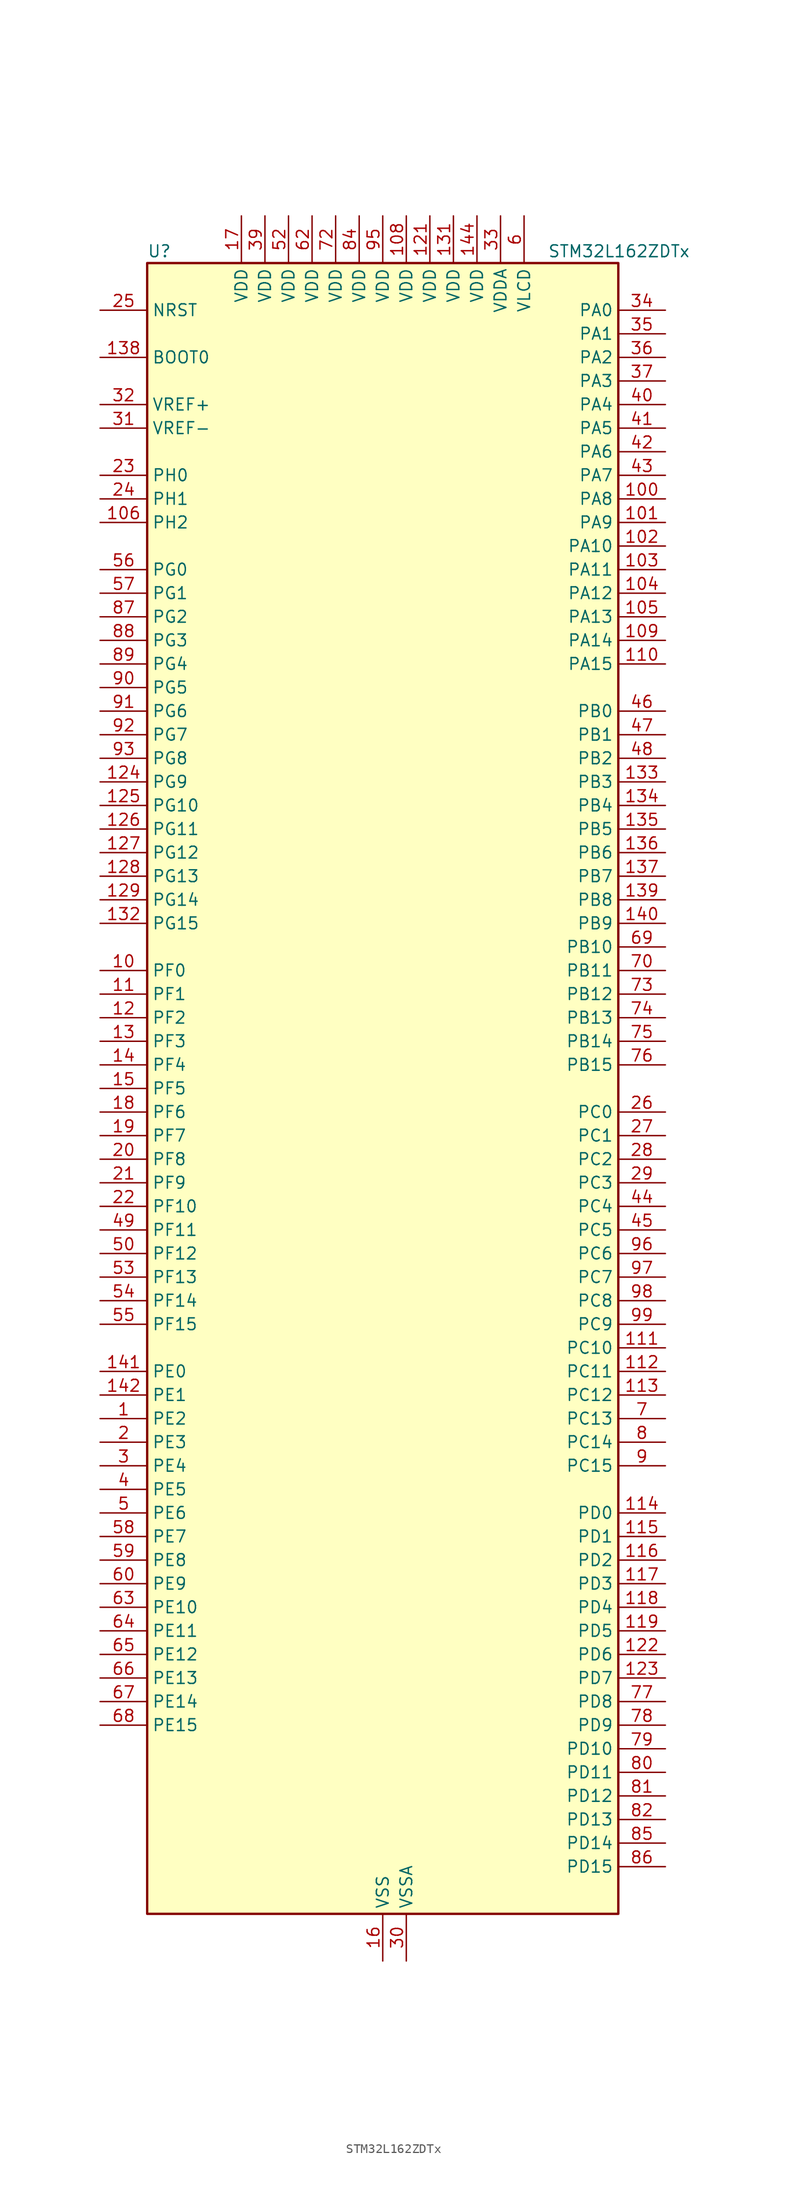
<source format=kicad_sym>
(kicad_symbol_lib
  (version 20241209)
  (generator "kicad_symbol_editor")
  (generator_version "9.0")
  (symbol "STM32L162ZDTx"
    (property "Reference" "U"
      (at -25.4 90.17 0)
      (effects (font (size 1.27 1.27)) (justify left)))
    (property "Value" "STM32L162ZDTx"
      (at 17.78 90.17 0)
      (effects (font (size 1.27 1.27)) (justify left)))
    (symbol "STM32L162ZDTx_0_1"
      (rectangle (start -25.4 -88.9) (end 25.4 88.9) (stroke (width 0.254) (type default)) (fill (type background))))
    (symbol "STM32L162ZDTx_1_1"
      (pin input line (at -30.48 83.82 0) (length 5.08) (name "NRST" (effects (font (size 1.27 1.27)))) (number "25" (effects (font (size 1.27 1.27)))))
      (pin input line (at -30.48 78.74 0) (length 5.08) (name "BOOT0" (effects (font (size 1.27 1.27)))) (number "138" (effects (font (size 1.27 1.27)))))
      (pin input line (at -30.48 73.66 0) (length 5.08) (name "VREF+" (effects (font (size 1.27 1.27)))) (number "32" (effects (font (size 1.27 1.27)))))
      (pin input line (at -30.48 71.12 0) (length 5.08) (name "VREF-" (effects (font (size 1.27 1.27)))) (number "31" (effects (font (size 1.27 1.27)))))
      (pin bidirectional line (at -30.48 66.04 0) (length 5.08) (name "PH0" (effects (font (size 1.27 1.27)))) (number "23" (effects (font (size 1.27 1.27)))) (alternate "RCC_OSC_IN" bidirectional line))
      (pin bidirectional line (at -30.48 63.5 0) (length 5.08) (name "PH1" (effects (font (size 1.27 1.27)))) (number "24" (effects (font (size 1.27 1.27)))) (alternate "RCC_OSC_OUT" bidirectional line))
      (pin bidirectional line (at -30.48 60.96 0) (length 5.08) (name "PH2" (effects (font (size 1.27 1.27)))) (number "106" (effects (font (size 1.27 1.27)))) (alternate "FSMC_A22" bidirectional line))
      (pin bidirectional line (at -30.48 55.88 0) (length 5.08) (name "PG0" (effects (font (size 1.27 1.27)))) (number "56" (effects (font (size 1.27 1.27)))) (alternate "ADC_IN8b" bidirectional line) (alternate "FSMC_A10" bidirectional line) (alternate "TS_G2_IO4" bidirectional line))
      (pin bidirectional line (at -30.48 53.34 0) (length 5.08) (name "PG1" (effects (font (size 1.27 1.27)))) (number "57" (effects (font (size 1.27 1.27)))) (alternate "ADC_IN9b" bidirectional line) (alternate "FSMC_A11" bidirectional line) (alternate "TS_G2_IO5" bidirectional line))
      (pin bidirectional line (at -30.48 50.8 0) (length 5.08) (name "PG2" (effects (font (size 1.27 1.27)))) (number "87" (effects (font (size 1.27 1.27)))) (alternate "ADC_IN10b" bidirectional line) (alternate "FSMC_A12" bidirectional line) (alternate "TS_G7_IO5" bidirectional line))
      (pin bidirectional line (at -30.48 48.26 0) (length 5.08) (name "PG3" (effects (font (size 1.27 1.27)))) (number "88" (effects (font (size 1.27 1.27)))) (alternate "ADC_IN11b" bidirectional line) (alternate "FSMC_A13" bidirectional line) (alternate "TS_G7_IO6" bidirectional line))
      (pin bidirectional line (at -30.48 45.72 0) (length 5.08) (name "PG4" (effects (font (size 1.27 1.27)))) (number "89" (effects (font (size 1.27 1.27)))) (alternate "ADC_IN12b" bidirectional line) (alternate "FSMC_A14" bidirectional line) (alternate "TS_G7_IO7" bidirectional line))
      (pin bidirectional line (at -30.48 43.18 0) (length 5.08) (name "PG5" (effects (font (size 1.27 1.27)))) (number "90" (effects (font (size 1.27 1.27)))) (alternate "FSMC_A15" bidirectional line))
      (pin bidirectional line (at -30.48 40.64 0) (length 5.08) (name "PG6" (effects (font (size 1.27 1.27)))) (number "91" (effects (font (size 1.27 1.27)))))
      (pin bidirectional line (at -30.48 38.1 0) (length 5.08) (name "PG7" (effects (font (size 1.27 1.27)))) (number "92" (effects (font (size 1.27 1.27)))))
      (pin bidirectional line (at -30.48 35.56 0) (length 5.08) (name "PG8" (effects (font (size 1.27 1.27)))) (number "93" (effects (font (size 1.27 1.27)))))
      (pin bidirectional line (at -30.48 33.02 0) (length 5.08) (name "PG9" (effects (font (size 1.27 1.27)))) (number "124" (effects (font (size 1.27 1.27)))) (alternate "DAC_EXTI9" bidirectional line) (alternate "FSMC_NE2" bidirectional line))
      (pin bidirectional line (at -30.48 30.48 0) (length 5.08) (name "PG10" (effects (font (size 1.27 1.27)))) (number "125" (effects (font (size 1.27 1.27)))) (alternate "FSMC_NE3" bidirectional line))
      (pin bidirectional line (at -30.48 27.94 0) (length 5.08) (name "PG11" (effects (font (size 1.27 1.27)))) (number "126" (effects (font (size 1.27 1.27)))) (alternate "ADC_EXTI11" bidirectional line))
      (pin bidirectional line (at -30.48 25.4 0) (length 5.08) (name "PG12" (effects (font (size 1.27 1.27)))) (number "127" (effects (font (size 1.27 1.27)))) (alternate "FSMC_NE4" bidirectional line))
      (pin bidirectional line (at -30.48 22.86 0) (length 5.08) (name "PG13" (effects (font (size 1.27 1.27)))) (number "128" (effects (font (size 1.27 1.27)))) (alternate "FSMC_A24" bidirectional line))
      (pin bidirectional line (at -30.48 20.32 0) (length 5.08) (name "PG14" (effects (font (size 1.27 1.27)))) (number "129" (effects (font (size 1.27 1.27)))) (alternate "FSMC_A25" bidirectional line))
      (pin bidirectional line (at -30.48 17.78 0) (length 5.08) (name "PG15" (effects (font (size 1.27 1.27)))) (number "132" (effects (font (size 1.27 1.27)))) (alternate "ADC_EXTI15" bidirectional line))
      (pin bidirectional line (at -30.48 12.7 0) (length 5.08) (name "PF0" (effects (font (size 1.27 1.27)))) (number "10" (effects (font (size 1.27 1.27)))) (alternate "FSMC_A0" bidirectional line))
      (pin bidirectional line (at -30.48 10.16 0) (length 5.08) (name "PF1" (effects (font (size 1.27 1.27)))) (number "11" (effects (font (size 1.27 1.27)))) (alternate "FSMC_A1" bidirectional line))
      (pin bidirectional line (at -30.48 7.62 0) (length 5.08) (name "PF2" (effects (font (size 1.27 1.27)))) (number "12" (effects (font (size 1.27 1.27)))) (alternate "FSMC_A2" bidirectional line))
      (pin bidirectional line (at -30.48 5.08 0) (length 5.08) (name "PF3" (effects (font (size 1.27 1.27)))) (number "13" (effects (font (size 1.27 1.27)))) (alternate "FSMC_A3" bidirectional line))
      (pin bidirectional line (at -30.48 2.54 0) (length 5.08) (name "PF4" (effects (font (size 1.27 1.27)))) (number "14" (effects (font (size 1.27 1.27)))) (alternate "FSMC_A4" bidirectional line))
      (pin bidirectional line (at -30.48 0 0) (length 5.08) (name "PF5" (effects (font (size 1.27 1.27)))) (number "15" (effects (font (size 1.27 1.27)))) (alternate "FSMC_A5" bidirectional line))
      (pin bidirectional line (at -30.48 -2.54 0) (length 5.08) (name "PF6" (effects (font (size 1.27 1.27)))) (number "18" (effects (font (size 1.27 1.27)))) (alternate "ADC_IN27" bidirectional line) (alternate "TIM5_CH1" bidirectional line) (alternate "TIM5_ETR" bidirectional line) (alternate "TS_G11_IO1" bidirectional line))
      (pin bidirectional line (at -30.48 -5.08 0) (length 5.08) (name "PF7" (effects (font (size 1.27 1.27)))) (number "19" (effects (font (size 1.27 1.27)))) (alternate "ADC_IN28" bidirectional line) (alternate "COMP1_INP" bidirectional line) (alternate "TIM5_CH2" bidirectional line) (alternate "TS_G11_IO2" bidirectional line))
      (pin bidirectional line (at -30.48 -7.62 0) (length 5.08) (name "PF8" (effects (font (size 1.27 1.27)))) (number "20" (effects (font (size 1.27 1.27)))) (alternate "ADC_IN29" bidirectional line) (alternate "COMP1_INP" bidirectional line) (alternate "TIM5_CH3" bidirectional line) (alternate "TS_G11_IO3" bidirectional line))
      (pin bidirectional line (at -30.48 -10.16 0) (length 5.08) (name "PF9" (effects (font (size 1.27 1.27)))) (number "21" (effects (font (size 1.27 1.27)))) (alternate "ADC_IN30" bidirectional line) (alternate "COMP1_INP" bidirectional line) (alternate "DAC_EXTI9" bidirectional line) (alternate "TIM5_CH4" bidirectional line) (alternate "TS_G11_IO4" bidirectional line))
      (pin bidirectional line (at -30.48 -12.7 0) (length 5.08) (name "PF10" (effects (font (size 1.27 1.27)))) (number "22" (effects (font (size 1.27 1.27)))) (alternate "ADC_IN31" bidirectional line) (alternate "COMP1_INP" bidirectional line) (alternate "TS_G11_IO5" bidirectional line))
      (pin bidirectional line (at -30.48 -15.24 0) (length 5.08) (name "PF11" (effects (font (size 1.27 1.27)))) (number "49" (effects (font (size 1.27 1.27)))) (alternate "ADC_EXTI11" bidirectional line) (alternate "ADC_IN1b" bidirectional line) (alternate "TS_G3_IO4" bidirectional line))
      (pin bidirectional line (at -30.48 -17.78 0) (length 5.08) (name "PF12" (effects (font (size 1.27 1.27)))) (number "50" (effects (font (size 1.27 1.27)))) (alternate "ADC_IN2b" bidirectional line) (alternate "FSMC_A6" bidirectional line) (alternate "TS_G3_IO5" bidirectional line))
      (pin bidirectional line (at -30.48 -20.32 0) (length 5.08) (name "PF13" (effects (font (size 1.27 1.27)))) (number "53" (effects (font (size 1.27 1.27)))) (alternate "ADC_IN3b" bidirectional line) (alternate "FSMC_A7" bidirectional line) (alternate "TS_G9_IO3" bidirectional line))
      (pin bidirectional line (at -30.48 -22.86 0) (length 5.08) (name "PF14" (effects (font (size 1.27 1.27)))) (number "54" (effects (font (size 1.27 1.27)))) (alternate "ADC_IN6b" bidirectional line) (alternate "FSMC_A8" bidirectional line) (alternate "TS_G9_IO4" bidirectional line))
      (pin bidirectional line (at -30.48 -25.4 0) (length 5.08) (name "PF15" (effects (font (size 1.27 1.27)))) (number "55" (effects (font (size 1.27 1.27)))) (alternate "ADC_EXTI15" bidirectional line) (alternate "ADC_IN7b" bidirectional line) (alternate "FSMC_A9" bidirectional line) (alternate "TS_G2_IO3" bidirectional line))
      (pin bidirectional line (at -30.48 -30.48 0) (length 5.08) (name "PE0" (effects (font (size 1.27 1.27)))) (number "141" (effects (font (size 1.27 1.27)))) (alternate "FSMC_NBL0" bidirectional line) (alternate "LCD_SEG36" bidirectional line) (alternate "TIM10_CH1" bidirectional line) (alternate "TIM4_ETR" bidirectional line) (alternate "TIMX_IC1" bidirectional line))
      (pin bidirectional line (at -30.48 -33.02 0) (length 5.08) (name "PE1" (effects (font (size 1.27 1.27)))) (number "142" (effects (font (size 1.27 1.27)))) (alternate "FSMC_NBL1" bidirectional line) (alternate "LCD_SEG37" bidirectional line) (alternate "TIM11_CH1" bidirectional line) (alternate "TIMX_IC2" bidirectional line))
      (pin bidirectional line (at -30.48 -35.56 0) (length 5.08) (name "PE2" (effects (font (size 1.27 1.27)))) (number "1" (effects (font (size 1.27 1.27)))) (alternate "FSMC_A23" bidirectional line) (alternate "LCD_SEG38" bidirectional line) (alternate "SYS_TRACECK" bidirectional line) (alternate "TIM3_ETR" bidirectional line) (alternate "TIMX_IC3" bidirectional line))
      (pin bidirectional line (at -30.48 -38.1 0) (length 5.08) (name "PE3" (effects (font (size 1.27 1.27)))) (number "2" (effects (font (size 1.27 1.27)))) (alternate "FSMC_A19" bidirectional line) (alternate "LCD_SEG39" bidirectional line) (alternate "SYS_TRACED0" bidirectional line) (alternate "TIM3_CH1" bidirectional line) (alternate "TIMX_IC4" bidirectional line))
      (pin bidirectional line (at -30.48 -40.64 0) (length 5.08) (name "PE4" (effects (font (size 1.27 1.27)))) (number "3" (effects (font (size 1.27 1.27)))) (alternate "FSMC_A20" bidirectional line) (alternate "SYS_TRACED1" bidirectional line) (alternate "TIM3_CH2" bidirectional line) (alternate "TIMX_IC1" bidirectional line))
      (pin bidirectional line (at -30.48 -43.18 0) (length 5.08) (name "PE5" (effects (font (size 1.27 1.27)))) (number "4" (effects (font (size 1.27 1.27)))) (alternate "FSMC_A21" bidirectional line) (alternate "SYS_TRACED2" bidirectional line) (alternate "TIM9_CH1" bidirectional line) (alternate "TIMX_IC2" bidirectional line))
      (pin bidirectional line (at -30.48 -45.72 0) (length 5.08) (name "PE6" (effects (font (size 1.27 1.27)))) (number "5" (effects (font (size 1.27 1.27)))) (alternate "RTC_TAMP3" bidirectional line) (alternate "SYS_TRACED3" bidirectional line) (alternate "SYS_WKUP3" bidirectional line) (alternate "TIM9_CH2" bidirectional line) (alternate "TIMX_IC3" bidirectional line))
      (pin bidirectional line (at -30.48 -48.26 0) (length 5.08) (name "PE7" (effects (font (size 1.27 1.27)))) (number "58" (effects (font (size 1.27 1.27)))) (alternate "ADC_IN22" bidirectional line) (alternate "COMP1_INP" bidirectional line) (alternate "FSMC_D4" bidirectional line) (alternate "FSMC_DA4" bidirectional line) (alternate "TIMX_IC4" bidirectional line))
      (pin bidirectional line (at -30.48 -50.8 0) (length 5.08) (name "PE8" (effects (font (size 1.27 1.27)))) (number "59" (effects (font (size 1.27 1.27)))) (alternate "ADC_IN23" bidirectional line) (alternate "COMP1_INP" bidirectional line) (alternate "FSMC_D5" bidirectional line) (alternate "FSMC_DA5" bidirectional line) (alternate "TIMX_IC1" bidirectional line))
      (pin bidirectional line (at -30.48 -53.34 0) (length 5.08) (name "PE9" (effects (font (size 1.27 1.27)))) (number "60" (effects (font (size 1.27 1.27)))) (alternate "ADC_IN24" bidirectional line) (alternate "COMP1_INP" bidirectional line) (alternate "DAC_EXTI9" bidirectional line) (alternate "FSMC_D6" bidirectional line) (alternate "FSMC_DA6" bidirectional line) (alternate "TIM2_CH1" bidirectional line) (alternate "TIM2_ETR" bidirectional line) (alternate "TIMX_IC2" bidirectional line))
      (pin bidirectional line (at -30.48 -55.88 0) (length 5.08) (name "PE10" (effects (font (size 1.27 1.27)))) (number "63" (effects (font (size 1.27 1.27)))) (alternate "ADC_IN25" bidirectional line) (alternate "COMP1_INP" bidirectional line) (alternate "FSMC_D7" bidirectional line) (alternate "FSMC_DA7" bidirectional line) (alternate "TIM2_CH2" bidirectional line) (alternate "TIMX_IC3" bidirectional line))
      (pin bidirectional line (at -30.48 -58.42 0) (length 5.08) (name "PE11" (effects (font (size 1.27 1.27)))) (number "64" (effects (font (size 1.27 1.27)))) (alternate "ADC_EXTI11" bidirectional line) (alternate "FSMC_D8" bidirectional line) (alternate "FSMC_DA8" bidirectional line) (alternate "TIM2_CH3" bidirectional line) (alternate "TIMX_IC4" bidirectional line))
      (pin bidirectional line (at -30.48 -60.96 0) (length 5.08) (name "PE12" (effects (font (size 1.27 1.27)))) (number "65" (effects (font (size 1.27 1.27)))) (alternate "FSMC_D9" bidirectional line) (alternate "FSMC_DA9" bidirectional line) (alternate "SPI1_NSS" bidirectional line) (alternate "TIM2_CH4" bidirectional line) (alternate "TIMX_IC1" bidirectional line))
      (pin bidirectional line (at -30.48 -63.5 0) (length 5.08) (name "PE13" (effects (font (size 1.27 1.27)))) (number "66" (effects (font (size 1.27 1.27)))) (alternate "FSMC_D10" bidirectional line) (alternate "FSMC_DA10" bidirectional line) (alternate "SPI1_SCK" bidirectional line) (alternate "TIMX_IC2" bidirectional line))
      (pin bidirectional line (at -30.48 -66.04 0) (length 5.08) (name "PE14" (effects (font (size 1.27 1.27)))) (number "67" (effects (font (size 1.27 1.27)))) (alternate "FSMC_D11" bidirectional line) (alternate "FSMC_DA11" bidirectional line) (alternate "SPI1_MISO" bidirectional line) (alternate "TIMX_IC3" bidirectional line))
      (pin bidirectional line (at -30.48 -68.58 0) (length 5.08) (name "PE15" (effects (font (size 1.27 1.27)))) (number "68" (effects (font (size 1.27 1.27)))) (alternate "ADC_EXTI15" bidirectional line) (alternate "FSMC_D12" bidirectional line) (alternate "FSMC_DA12" bidirectional line) (alternate "SPI1_MOSI" bidirectional line) (alternate "TIMX_IC4" bidirectional line))
      (pin power_in line (at -15.24 93.98 270) (length 5.08) (name "VDD" (effects (font (size 1.27 1.27)))) (number "17" (effects (font (size 1.27 1.27)))))
      (pin power_in line (at -12.7 93.98 270) (length 5.08) (name "VDD" (effects (font (size 1.27 1.27)))) (number "39" (effects (font (size 1.27 1.27)))))
      (pin power_in line (at -10.16 93.98 270) (length 5.08) (name "VDD" (effects (font (size 1.27 1.27)))) (number "52" (effects (font (size 1.27 1.27)))))
      (pin power_in line (at -7.62 93.98 270) (length 5.08) (name "VDD" (effects (font (size 1.27 1.27)))) (number "62" (effects (font (size 1.27 1.27)))))
      (pin power_in line (at -5.08 93.98 270) (length 5.08) (name "VDD" (effects (font (size 1.27 1.27)))) (number "72" (effects (font (size 1.27 1.27)))))
      (pin power_in line (at -2.54 93.98 270) (length 5.08) (name "VDD" (effects (font (size 1.27 1.27)))) (number "84" (effects (font (size 1.27 1.27)))))
      (pin power_in line (at 0 93.98 270) (length 5.08) (name "VDD" (effects (font (size 1.27 1.27)))) (number "95" (effects (font (size 1.27 1.27)))))
      (pin passive line (at 0 -93.98 90) (length 5.08) (hide yes) (name "VSS" (effects (font (size 1.27 1.27)))) (number "107" (effects (font (size 1.27 1.27)))))
      (pin passive line (at 0 -93.98 90) (length 5.08) (hide yes) (name "VSS" (effects (font (size 1.27 1.27)))) (number "120" (effects (font (size 1.27 1.27)))))
      (pin passive line (at 0 -93.98 90) (length 5.08) (hide yes) (name "VSS" (effects (font (size 1.27 1.27)))) (number "130" (effects (font (size 1.27 1.27)))))
      (pin passive line (at 0 -93.98 90) (length 5.08) (hide yes) (name "VSS" (effects (font (size 1.27 1.27)))) (number "143" (effects (font (size 1.27 1.27)))))
      (pin power_in line (at 0 -93.98 90) (length 5.08) (name "VSS" (effects (font (size 1.27 1.27)))) (number "16" (effects (font (size 1.27 1.27)))))
      (pin passive line (at 0 -93.98 90) (length 5.08) (hide yes) (name "VSS" (effects (font (size 1.27 1.27)))) (number "38" (effects (font (size 1.27 1.27)))))
      (pin passive line (at 0 -93.98 90) (length 5.08) (hide yes) (name "VSS" (effects (font (size 1.27 1.27)))) (number "51" (effects (font (size 1.27 1.27)))))
      (pin passive line (at 0 -93.98 90) (length 5.08) (hide yes) (name "VSS" (effects (font (size 1.27 1.27)))) (number "61" (effects (font (size 1.27 1.27)))))
      (pin passive line (at 0 -93.98 90) (length 5.08) (hide yes) (name "VSS" (effects (font (size 1.27 1.27)))) (number "71" (effects (font (size 1.27 1.27)))))
      (pin passive line (at 0 -93.98 90) (length 5.08) (hide yes) (name "VSS" (effects (font (size 1.27 1.27)))) (number "83" (effects (font (size 1.27 1.27)))))
      (pin passive line (at 0 -93.98 90) (length 5.08) (hide yes) (name "VSS" (effects (font (size 1.27 1.27)))) (number "94" (effects (font (size 1.27 1.27)))))
      (pin power_in line (at 2.54 93.98 270) (length 5.08) (name "VDD" (effects (font (size 1.27 1.27)))) (number "108" (effects (font (size 1.27 1.27)))))
      (pin power_in line (at 2.54 -93.98 90) (length 5.08) (name "VSSA" (effects (font (size 1.27 1.27)))) (number "30" (effects (font (size 1.27 1.27)))))
      (pin power_in line (at 5.08 93.98 270) (length 5.08) (name "VDD" (effects (font (size 1.27 1.27)))) (number "121" (effects (font (size 1.27 1.27)))))
      (pin power_in line (at 7.62 93.98 270) (length 5.08) (name "VDD" (effects (font (size 1.27 1.27)))) (number "131" (effects (font (size 1.27 1.27)))))
      (pin power_in line (at 10.16 93.98 270) (length 5.08) (name "VDD" (effects (font (size 1.27 1.27)))) (number "144" (effects (font (size 1.27 1.27)))))
      (pin power_in line (at 12.7 93.98 270) (length 5.08) (name "VDDA" (effects (font (size 1.27 1.27)))) (number "33" (effects (font (size 1.27 1.27)))))
      (pin power_in line (at 15.24 93.98 270) (length 5.08) (name "VLCD" (effects (font (size 1.27 1.27)))) (number "6" (effects (font (size 1.27 1.27)))))
      (pin bidirectional line (at 30.48 83.82 180) (length 5.08) (name "PA0" (effects (font (size 1.27 1.27)))) (number "34" (effects (font (size 1.27 1.27)))) (alternate "ADC_IN0" bidirectional line) (alternate "COMP1_INP" bidirectional line) (alternate "RTC_TAMP2" bidirectional line) (alternate "SYS_WKUP1" bidirectional line) (alternate "TIM2_CH1" bidirectional line) (alternate "TIM2_ETR" bidirectional line) (alternate "TIM5_CH1" bidirectional line) (alternate "TIMX_IC1" bidirectional line) (alternate "TS_G1_IO1" bidirectional line) (alternate "USART2_CTS" bidirectional line))
      (pin bidirectional line (at 30.48 81.28 180) (length 5.08) (name "PA1" (effects (font (size 1.27 1.27)))) (number "35" (effects (font (size 1.27 1.27)))) (alternate "ADC_IN1" bidirectional line) (alternate "COMP1_INP" bidirectional line) (alternate "LCD_SEG0" bidirectional line) (alternate "OPAMP1_VINP" bidirectional line) (alternate "TIM2_CH2" bidirectional line) (alternate "TIM5_CH2" bidirectional line) (alternate "TIMX_IC2" bidirectional line) (alternate "TS_G1_IO2" bidirectional line) (alternate "USART2_RTS" bidirectional line))
      (pin bidirectional line (at 30.48 78.74 180) (length 5.08) (name "PA2" (effects (font (size 1.27 1.27)))) (number "36" (effects (font (size 1.27 1.27)))) (alternate "ADC_IN2" bidirectional line) (alternate "COMP1_INP" bidirectional line) (alternate "LCD_SEG1" bidirectional line) (alternate "OPAMP1_VINM" bidirectional line) (alternate "TIM2_CH3" bidirectional line) (alternate "TIM5_CH3" bidirectional line) (alternate "TIM9_CH1" bidirectional line) (alternate "TIMX_IC3" bidirectional line) (alternate "TS_G1_IO3" bidirectional line) (alternate "USART2_TX" bidirectional line))
      (pin bidirectional line (at 30.48 76.2 180) (length 5.08) (name "PA3" (effects (font (size 1.27 1.27)))) (number "37" (effects (font (size 1.27 1.27)))) (alternate "ADC_IN3" bidirectional line) (alternate "COMP1_INP" bidirectional line) (alternate "LCD_SEG2" bidirectional line) (alternate "OPAMP1_VOUT" bidirectional line) (alternate "TIM2_CH4" bidirectional line) (alternate "TIM5_CH4" bidirectional line) (alternate "TIM9_CH2" bidirectional line) (alternate "TIMX_IC4" bidirectional line) (alternate "TS_G1_IO4" bidirectional line) (alternate "USART2_RX" bidirectional line))
      (pin bidirectional line (at 30.48 73.66 180) (length 5.08) (name "PA4" (effects (font (size 1.27 1.27)))) (number "40" (effects (font (size 1.27 1.27)))) (alternate "ADC_IN4" bidirectional line) (alternate "COMP1_INP" bidirectional line) (alternate "DAC_OUT1" bidirectional line) (alternate "I2S3_WS" bidirectional line) (alternate "SPI1_NSS" bidirectional line) (alternate "SPI3_NSS" bidirectional line) (alternate "TIMX_IC1" bidirectional line) (alternate "USART2_CK" bidirectional line))
      (pin bidirectional line (at 30.48 71.12 180) (length 5.08) (name "PA5" (effects (font (size 1.27 1.27)))) (number "41" (effects (font (size 1.27 1.27)))) (alternate "ADC_IN5" bidirectional line) (alternate "COMP1_INP" bidirectional line) (alternate "DAC_OUT2" bidirectional line) (alternate "SPI1_SCK" bidirectional line) (alternate "TIM2_CH1" bidirectional line) (alternate "TIM2_ETR" bidirectional line) (alternate "TIMX_IC2" bidirectional line))
      (pin bidirectional line (at 30.48 68.58 180) (length 5.08) (name "PA6" (effects (font (size 1.27 1.27)))) (number "42" (effects (font (size 1.27 1.27)))) (alternate "ADC_IN6" bidirectional line) (alternate "COMP1_INP" bidirectional line) (alternate "LCD_SEG3" bidirectional line) (alternate "OPAMP2_VINP" bidirectional line) (alternate "SPI1_MISO" bidirectional line) (alternate "TIM10_CH1" bidirectional line) (alternate "TIM3_CH1" bidirectional line) (alternate "TIMX_IC3" bidirectional line) (alternate "TS_G2_IO1" bidirectional line))
      (pin bidirectional line (at 30.48 66.04 180) (length 5.08) (name "PA7" (effects (font (size 1.27 1.27)))) (number "43" (effects (font (size 1.27 1.27)))) (alternate "ADC_IN7" bidirectional line) (alternate "COMP1_INP" bidirectional line) (alternate "LCD_SEG4" bidirectional line) (alternate "OPAMP2_VINM" bidirectional line) (alternate "SPI1_MOSI" bidirectional line) (alternate "TIM11_CH1" bidirectional line) (alternate "TIM3_CH2" bidirectional line) (alternate "TIMX_IC4" bidirectional line) (alternate "TS_G2_IO2" bidirectional line))
      (pin bidirectional line (at 30.48 63.5 180) (length 5.08) (name "PA8" (effects (font (size 1.27 1.27)))) (number "100" (effects (font (size 1.27 1.27)))) (alternate "LCD_COM0" bidirectional line) (alternate "RCC_MCO" bidirectional line) (alternate "TIMX_IC1" bidirectional line) (alternate "TS_G4_IO1" bidirectional line) (alternate "USART1_CK" bidirectional line))
      (pin bidirectional line (at 30.48 60.96 180) (length 5.08) (name "PA9" (effects (font (size 1.27 1.27)))) (number "101" (effects (font (size 1.27 1.27)))) (alternate "DAC_EXTI9" bidirectional line) (alternate "LCD_COM1" bidirectional line) (alternate "TIMX_IC2" bidirectional line) (alternate "TS_G4_IO2" bidirectional line) (alternate "USART1_TX" bidirectional line))
      (pin bidirectional line (at 30.48 58.42 180) (length 5.08) (name "PA10" (effects (font (size 1.27 1.27)))) (number "102" (effects (font (size 1.27 1.27)))) (alternate "LCD_COM2" bidirectional line) (alternate "TIMX_IC3" bidirectional line) (alternate "TS_G4_IO3" bidirectional line) (alternate "USART1_RX" bidirectional line))
      (pin bidirectional line (at 30.48 55.88 180) (length 5.08) (name "PA11" (effects (font (size 1.27 1.27)))) (number "103" (effects (font (size 1.27 1.27)))) (alternate "ADC_EXTI11" bidirectional line) (alternate "SPI1_MISO" bidirectional line) (alternate "TIMX_IC4" bidirectional line) (alternate "USART1_CTS" bidirectional line) (alternate "USB_DM" bidirectional line))
      (pin bidirectional line (at 30.48 53.34 180) (length 5.08) (name "PA12" (effects (font (size 1.27 1.27)))) (number "104" (effects (font (size 1.27 1.27)))) (alternate "SPI1_MOSI" bidirectional line) (alternate "TIMX_IC1" bidirectional line) (alternate "USART1_RTS" bidirectional line) (alternate "USB_DP" bidirectional line))
      (pin bidirectional line (at 30.48 50.8 180) (length 5.08) (name "PA13" (effects (font (size 1.27 1.27)))) (number "105" (effects (font (size 1.27 1.27)))) (alternate "SYS_JTMS-SWDIO" bidirectional line) (alternate "TIMX_IC2" bidirectional line) (alternate "TS_G5_IO1" bidirectional line))
      (pin bidirectional line (at 30.48 48.26 180) (length 5.08) (name "PA14" (effects (font (size 1.27 1.27)))) (number "109" (effects (font (size 1.27 1.27)))) (alternate "SYS_JTCK-SWCLK" bidirectional line) (alternate "TIMX_IC3" bidirectional line) (alternate "TS_G5_IO2" bidirectional line))
      (pin bidirectional line (at 30.48 45.72 180) (length 5.08) (name "PA15" (effects (font (size 1.27 1.27)))) (number "110" (effects (font (size 1.27 1.27)))) (alternate "ADC_EXTI15" bidirectional line) (alternate "I2S3_WS" bidirectional line) (alternate "LCD_SEG17" bidirectional line) (alternate "SPI1_NSS" bidirectional line) (alternate "SPI3_NSS" bidirectional line) (alternate "SYS_JTDI" bidirectional line) (alternate "TIM2_CH1" bidirectional line) (alternate "TIM2_ETR" bidirectional line) (alternate "TIMX_IC4" bidirectional line) (alternate "TS_G5_IO3" bidirectional line))
      (pin bidirectional line (at 30.48 40.64 180) (length 5.08) (name "PB0" (effects (font (size 1.27 1.27)))) (number "46" (effects (font (size 1.27 1.27)))) (alternate "ADC_IN8" bidirectional line) (alternate "COMP1_INP" bidirectional line) (alternate "LCD_SEG5" bidirectional line) (alternate "OPAMP2_VOUT" bidirectional line) (alternate "SYS_V_REF_OUT" bidirectional line) (alternate "TIM3_CH3" bidirectional line) (alternate "TS_G3_IO1" bidirectional line))
      (pin bidirectional line (at 30.48 38.1 180) (length 5.08) (name "PB1" (effects (font (size 1.27 1.27)))) (number "47" (effects (font (size 1.27 1.27)))) (alternate "ADC_IN9" bidirectional line) (alternate "COMP1_INP" bidirectional line) (alternate "LCD_SEG6" bidirectional line) (alternate "SYS_V_REF_OUT" bidirectional line) (alternate "TIM3_CH4" bidirectional line) (alternate "TS_G3_IO2" bidirectional line))
      (pin bidirectional line (at 30.48 35.56 180) (length 5.08) (name "PB2" (effects (font (size 1.27 1.27)))) (number "48" (effects (font (size 1.27 1.27)))) (alternate "ADC_IN0b" bidirectional line) (alternate "TS_G3_IO3" bidirectional line))
      (pin bidirectional line (at 30.48 33.02 180) (length 5.08) (name "PB3" (effects (font (size 1.27 1.27)))) (number "133" (effects (font (size 1.27 1.27)))) (alternate "COMP2_INM" bidirectional line) (alternate "I2S3_CK" bidirectional line) (alternate "LCD_SEG7" bidirectional line) (alternate "SPI1_SCK" bidirectional line) (alternate "SPI3_SCK" bidirectional line) (alternate "SYS_JTDO-TRACESWO" bidirectional line) (alternate "TIM2_CH2" bidirectional line))
      (pin bidirectional line (at 30.48 30.48 180) (length 5.08) (name "PB4" (effects (font (size 1.27 1.27)))) (number "134" (effects (font (size 1.27 1.27)))) (alternate "COMP2_INP" bidirectional line) (alternate "LCD_SEG8" bidirectional line) (alternate "SPI1_MISO" bidirectional line) (alternate "SPI3_MISO" bidirectional line) (alternate "SYS_JTRST" bidirectional line) (alternate "TIM3_CH1" bidirectional line) (alternate "TS_G6_IO1" bidirectional line))
      (pin bidirectional line (at 30.48 27.94 180) (length 5.08) (name "PB5" (effects (font (size 1.27 1.27)))) (number "135" (effects (font (size 1.27 1.27)))) (alternate "COMP2_INP" bidirectional line) (alternate "I2C1_SMBA" bidirectional line) (alternate "I2S3_SD" bidirectional line) (alternate "LCD_SEG9" bidirectional line) (alternate "SPI1_MOSI" bidirectional line) (alternate "SPI3_MOSI" bidirectional line) (alternate "TIM3_CH2" bidirectional line) (alternate "TS_G6_IO2" bidirectional line))
      (pin bidirectional line (at 30.48 25.4 180) (length 5.08) (name "PB6" (effects (font (size 1.27 1.27)))) (number "136" (effects (font (size 1.27 1.27)))) (alternate "COMP2_INP" bidirectional line) (alternate "I2C1_SCL" bidirectional line) (alternate "TIM4_CH1" bidirectional line) (alternate "TS_G6_IO3" bidirectional line) (alternate "USART1_TX" bidirectional line))
      (pin bidirectional line (at 30.48 22.86 180) (length 5.08) (name "PB7" (effects (font (size 1.27 1.27)))) (number "137" (effects (font (size 1.27 1.27)))) (alternate "COMP2_INP" bidirectional line) (alternate "FSMC_NL" bidirectional line) (alternate "I2C1_SDA" bidirectional line) (alternate "SYS_PVD_IN" bidirectional line) (alternate "TIM4_CH2" bidirectional line) (alternate "TS_G6_IO4" bidirectional line) (alternate "USART1_RX" bidirectional line))
      (pin bidirectional line (at 30.48 20.32 180) (length 5.08) (name "PB8" (effects (font (size 1.27 1.27)))) (number "139" (effects (font (size 1.27 1.27)))) (alternate "I2C1_SCL" bidirectional line) (alternate "LCD_SEG16" bidirectional line) (alternate "SDIO_D4" bidirectional line) (alternate "TIM10_CH1" bidirectional line) (alternate "TIM4_CH3" bidirectional line))
      (pin bidirectional line (at 30.48 17.78 180) (length 5.08) (name "PB9" (effects (font (size 1.27 1.27)))) (number "140" (effects (font (size 1.27 1.27)))) (alternate "DAC_EXTI9" bidirectional line) (alternate "I2C1_SDA" bidirectional line) (alternate "LCD_COM3" bidirectional line) (alternate "SDIO_D5" bidirectional line) (alternate "TIM11_CH1" bidirectional line) (alternate "TIM4_CH4" bidirectional line))
      (pin bidirectional line (at 30.48 15.24 180) (length 5.08) (name "PB10" (effects (font (size 1.27 1.27)))) (number "69" (effects (font (size 1.27 1.27)))) (alternate "I2C2_SCL" bidirectional line) (alternate "LCD_SEG10" bidirectional line) (alternate "TIM2_CH3" bidirectional line) (alternate "USART3_TX" bidirectional line))
      (pin bidirectional line (at 30.48 12.7 180) (length 5.08) (name "PB11" (effects (font (size 1.27 1.27)))) (number "70" (effects (font (size 1.27 1.27)))) (alternate "ADC_EXTI11" bidirectional line) (alternate "I2C2_SDA" bidirectional line) (alternate "LCD_SEG11" bidirectional line) (alternate "TIM2_CH4" bidirectional line) (alternate "USART3_RX" bidirectional line))
      (pin bidirectional line (at 30.48 10.16 180) (length 5.08) (name "PB12" (effects (font (size 1.27 1.27)))) (number "73" (effects (font (size 1.27 1.27)))) (alternate "ADC_IN18" bidirectional line) (alternate "COMP1_INP" bidirectional line) (alternate "I2C2_SMBA" bidirectional line) (alternate "I2S2_WS" bidirectional line) (alternate "LCD_SEG12" bidirectional line) (alternate "SPI2_NSS" bidirectional line) (alternate "TIM10_CH1" bidirectional line) (alternate "TS_G7_IO1" bidirectional line) (alternate "USART3_CK" bidirectional line))
      (pin bidirectional line (at 30.48 7.62 180) (length 5.08) (name "PB13" (effects (font (size 1.27 1.27)))) (number "74" (effects (font (size 1.27 1.27)))) (alternate "ADC_IN19" bidirectional line) (alternate "COMP1_INP" bidirectional line) (alternate "I2S2_CK" bidirectional line) (alternate "LCD_SEG13" bidirectional line) (alternate "SPI2_SCK" bidirectional line) (alternate "TIM9_CH1" bidirectional line) (alternate "TS_G7_IO2" bidirectional line) (alternate "USART3_CTS" bidirectional line))
      (pin bidirectional line (at 30.48 5.08 180) (length 5.08) (name "PB14" (effects (font (size 1.27 1.27)))) (number "75" (effects (font (size 1.27 1.27)))) (alternate "ADC_IN20" bidirectional line) (alternate "COMP1_INP" bidirectional line) (alternate "LCD_SEG14" bidirectional line) (alternate "SPI2_MISO" bidirectional line) (alternate "TIM9_CH2" bidirectional line) (alternate "TS_G7_IO3" bidirectional line) (alternate "USART3_RTS" bidirectional line))
      (pin bidirectional line (at 30.48 2.54 180) (length 5.08) (name "PB15" (effects (font (size 1.27 1.27)))) (number "76" (effects (font (size 1.27 1.27)))) (alternate "ADC_EXTI15" bidirectional line) (alternate "ADC_IN21" bidirectional line) (alternate "COMP1_INP" bidirectional line) (alternate "I2S2_SD" bidirectional line) (alternate "LCD_SEG15" bidirectional line) (alternate "RTC_REFIN" bidirectional line) (alternate "SPI2_MOSI" bidirectional line) (alternate "TIM11_CH1" bidirectional line) (alternate "TS_G7_IO4" bidirectional line))
      (pin bidirectional line (at 30.48 -2.54 180) (length 5.08) (name "PC0" (effects (font (size 1.27 1.27)))) (number "26" (effects (font (size 1.27 1.27)))) (alternate "ADC_IN10" bidirectional line) (alternate "COMP1_INP" bidirectional line) (alternate "LCD_SEG18" bidirectional line) (alternate "TIMX_IC1" bidirectional line) (alternate "TS_G8_IO1" bidirectional line))
      (pin bidirectional line (at 30.48 -5.08 180) (length 5.08) (name "PC1" (effects (font (size 1.27 1.27)))) (number "27" (effects (font (size 1.27 1.27)))) (alternate "ADC_IN11" bidirectional line) (alternate "COMP1_INP" bidirectional line) (alternate "LCD_SEG19" bidirectional line) (alternate "OPAMP3_VINP" bidirectional line) (alternate "TIMX_IC2" bidirectional line) (alternate "TS_G8_IO2" bidirectional line))
      (pin bidirectional line (at 30.48 -7.62 180) (length 5.08) (name "PC2" (effects (font (size 1.27 1.27)))) (number "28" (effects (font (size 1.27 1.27)))) (alternate "ADC_IN12" bidirectional line) (alternate "COMP1_INP" bidirectional line) (alternate "LCD_SEG20" bidirectional line) (alternate "OPAMP3_VINM" bidirectional line) (alternate "TIMX_IC3" bidirectional line) (alternate "TS_G8_IO3" bidirectional line))
      (pin bidirectional line (at 30.48 -10.16 180) (length 5.08) (name "PC3" (effects (font (size 1.27 1.27)))) (number "29" (effects (font (size 1.27 1.27)))) (alternate "ADC_IN13" bidirectional line) (alternate "COMP1_INP" bidirectional line) (alternate "LCD_SEG21" bidirectional line) (alternate "OPAMP3_VOUT" bidirectional line) (alternate "TIMX_IC4" bidirectional line) (alternate "TS_G8_IO4" bidirectional line))
      (pin bidirectional line (at 30.48 -12.7 180) (length 5.08) (name "PC4" (effects (font (size 1.27 1.27)))) (number "44" (effects (font (size 1.27 1.27)))) (alternate "ADC_IN14" bidirectional line) (alternate "COMP1_INP" bidirectional line) (alternate "LCD_SEG22" bidirectional line) (alternate "TIMX_IC1" bidirectional line) (alternate "TS_G9_IO1" bidirectional line))
      (pin bidirectional line (at 30.48 -15.24 180) (length 5.08) (name "PC5" (effects (font (size 1.27 1.27)))) (number "45" (effects (font (size 1.27 1.27)))) (alternate "ADC_IN15" bidirectional line) (alternate "COMP1_INP" bidirectional line) (alternate "LCD_SEG23" bidirectional line) (alternate "TIMX_IC2" bidirectional line) (alternate "TS_G9_IO2" bidirectional line))
      (pin bidirectional line (at 30.48 -17.78 180) (length 5.08) (name "PC6" (effects (font (size 1.27 1.27)))) (number "96" (effects (font (size 1.27 1.27)))) (alternate "I2S2_MCK" bidirectional line) (alternate "LCD_SEG24" bidirectional line) (alternate "SDIO_D6" bidirectional line) (alternate "TIM3_CH1" bidirectional line) (alternate "TIMX_IC3" bidirectional line) (alternate "TS_G10_IO1" bidirectional line))
      (pin bidirectional line (at 30.48 -20.32 180) (length 5.08) (name "PC7" (effects (font (size 1.27 1.27)))) (number "97" (effects (font (size 1.27 1.27)))) (alternate "I2S3_MCK" bidirectional line) (alternate "LCD_SEG25" bidirectional line) (alternate "SDIO_D7" bidirectional line) (alternate "TIM3_CH2" bidirectional line) (alternate "TIMX_IC4" bidirectional line) (alternate "TS_G10_IO2" bidirectional line))
      (pin bidirectional line (at 30.48 -22.86 180) (length 5.08) (name "PC8" (effects (font (size 1.27 1.27)))) (number "98" (effects (font (size 1.27 1.27)))) (alternate "LCD_SEG26" bidirectional line) (alternate "SDIO_D0" bidirectional line) (alternate "TIM3_CH3" bidirectional line) (alternate "TIMX_IC1" bidirectional line) (alternate "TS_G10_IO3" bidirectional line))
      (pin bidirectional line (at 30.48 -25.4 180) (length 5.08) (name "PC9" (effects (font (size 1.27 1.27)))) (number "99" (effects (font (size 1.27 1.27)))) (alternate "DAC_EXTI9" bidirectional line) (alternate "LCD_SEG27" bidirectional line) (alternate "SDIO_D1" bidirectional line) (alternate "TIM3_CH4" bidirectional line) (alternate "TIMX_IC2" bidirectional line) (alternate "TS_G10_IO4" bidirectional line))
      (pin bidirectional line (at 30.48 -27.94 180) (length 5.08) (name "PC10" (effects (font (size 1.27 1.27)))) (number "111" (effects (font (size 1.27 1.27)))) (alternate "I2S3_CK" bidirectional line) (alternate "LCD_COM4" bidirectional line) (alternate "LCD_SEG28" bidirectional line) (alternate "LCD_SEG40" bidirectional line) (alternate "SDIO_D2" bidirectional line) (alternate "SPI3_SCK" bidirectional line) (alternate "TIMX_IC3" bidirectional line) (alternate "UART4_TX" bidirectional line) (alternate "USART3_TX" bidirectional line))
      (pin bidirectional line (at 30.48 -30.48 180) (length 5.08) (name "PC11" (effects (font (size 1.27 1.27)))) (number "112" (effects (font (size 1.27 1.27)))) (alternate "ADC_EXTI11" bidirectional line) (alternate "LCD_COM5" bidirectional line) (alternate "LCD_SEG29" bidirectional line) (alternate "LCD_SEG41" bidirectional line) (alternate "SDIO_D3" bidirectional line) (alternate "SPI3_MISO" bidirectional line) (alternate "TIMX_IC4" bidirectional line) (alternate "UART4_RX" bidirectional line) (alternate "USART3_RX" bidirectional line))
      (pin bidirectional line (at 30.48 -33.02 180) (length 5.08) (name "PC12" (effects (font (size 1.27 1.27)))) (number "113" (effects (font (size 1.27 1.27)))) (alternate "I2S3_SD" bidirectional line) (alternate "LCD_COM6" bidirectional line) (alternate "LCD_SEG30" bidirectional line) (alternate "LCD_SEG42" bidirectional line) (alternate "SDIO_CK" bidirectional line) (alternate "SPI3_MOSI" bidirectional line) (alternate "TIMX_IC1" bidirectional line) (alternate "UART5_TX" bidirectional line) (alternate "USART3_CK" bidirectional line))
      (pin bidirectional line (at 30.48 -35.56 180) (length 5.08) (name "PC13" (effects (font (size 1.27 1.27)))) (number "7" (effects (font (size 1.27 1.27)))) (alternate "RTC_OUT_ALARM" bidirectional line) (alternate "RTC_OUT_CALIB" bidirectional line) (alternate "RTC_TAMP1" bidirectional line) (alternate "RTC_TS" bidirectional line) (alternate "SYS_WKUP2" bidirectional line) (alternate "TIMX_IC2" bidirectional line))
      (pin bidirectional line (at 30.48 -38.1 180) (length 5.08) (name "PC14" (effects (font (size 1.27 1.27)))) (number "8" (effects (font (size 1.27 1.27)))) (alternate "RCC_OSC32_IN" bidirectional line) (alternate "TIMX_IC3" bidirectional line))
      (pin bidirectional line (at 30.48 -40.64 180) (length 5.08) (name "PC15" (effects (font (size 1.27 1.27)))) (number "9" (effects (font (size 1.27 1.27)))) (alternate "ADC_EXTI15" bidirectional line) (alternate "RCC_OSC32_OUT" bidirectional line) (alternate "TIMX_IC4" bidirectional line))
      (pin bidirectional line (at 30.48 -45.72 180) (length 5.08) (name "PD0" (effects (font (size 1.27 1.27)))) (number "114" (effects (font (size 1.27 1.27)))) (alternate "FSMC_D2" bidirectional line) (alternate "FSMC_DA2" bidirectional line) (alternate "I2S2_WS" bidirectional line) (alternate "SPI2_NSS" bidirectional line) (alternate "TIM9_CH1" bidirectional line) (alternate "TIMX_IC1" bidirectional line))
      (pin bidirectional line (at 30.48 -48.26 180) (length 5.08) (name "PD1" (effects (font (size 1.27 1.27)))) (number "115" (effects (font (size 1.27 1.27)))) (alternate "FSMC_D3" bidirectional line) (alternate "FSMC_DA3" bidirectional line) (alternate "I2S2_CK" bidirectional line) (alternate "SPI2_SCK" bidirectional line) (alternate "TIMX_IC2" bidirectional line))
      (pin bidirectional line (at 30.48 -50.8 180) (length 5.08) (name "PD2" (effects (font (size 1.27 1.27)))) (number "116" (effects (font (size 1.27 1.27)))) (alternate "LCD_COM7" bidirectional line) (alternate "LCD_SEG31" bidirectional line) (alternate "LCD_SEG43" bidirectional line) (alternate "SDIO_CMD" bidirectional line) (alternate "TIM3_ETR" bidirectional line) (alternate "TIMX_IC3" bidirectional line) (alternate "UART5_RX" bidirectional line))
      (pin bidirectional line (at 30.48 -53.34 180) (length 5.08) (name "PD3" (effects (font (size 1.27 1.27)))) (number "117" (effects (font (size 1.27 1.27)))) (alternate "FSMC_CLK" bidirectional line) (alternate "SPI2_MISO" bidirectional line) (alternate "TIMX_IC4" bidirectional line) (alternate "USART2_CTS" bidirectional line))
      (pin bidirectional line (at 30.48 -55.88 180) (length 5.08) (name "PD4" (effects (font (size 1.27 1.27)))) (number "118" (effects (font (size 1.27 1.27)))) (alternate "FSMC_NOE" bidirectional line) (alternate "I2S2_SD" bidirectional line) (alternate "SPI2_MOSI" bidirectional line) (alternate "TIMX_IC1" bidirectional line) (alternate "USART2_RTS" bidirectional line))
      (pin bidirectional line (at 30.48 -58.42 180) (length 5.08) (name "PD5" (effects (font (size 1.27 1.27)))) (number "119" (effects (font (size 1.27 1.27)))) (alternate "FSMC_NWE" bidirectional line) (alternate "TIMX_IC2" bidirectional line) (alternate "USART2_TX" bidirectional line))
      (pin bidirectional line (at 30.48 -60.96 180) (length 5.08) (name "PD6" (effects (font (size 1.27 1.27)))) (number "122" (effects (font (size 1.27 1.27)))) (alternate "FSMC_NWAIT" bidirectional line) (alternate "TIMX_IC3" bidirectional line) (alternate "USART2_RX" bidirectional line))
      (pin bidirectional line (at 30.48 -63.5 180) (length 5.08) (name "PD7" (effects (font (size 1.27 1.27)))) (number "123" (effects (font (size 1.27 1.27)))) (alternate "FSMC_NE1" bidirectional line) (alternate "TIM9_CH2" bidirectional line) (alternate "TIMX_IC4" bidirectional line) (alternate "USART2_CK" bidirectional line))
      (pin bidirectional line (at 30.48 -66.04 180) (length 5.08) (name "PD8" (effects (font (size 1.27 1.27)))) (number "77" (effects (font (size 1.27 1.27)))) (alternate "FSMC_D13" bidirectional line) (alternate "FSMC_DA13" bidirectional line) (alternate "LCD_SEG28" bidirectional line) (alternate "TIMX_IC1" bidirectional line) (alternate "USART3_TX" bidirectional line))
      (pin bidirectional line (at 30.48 -68.58 180) (length 5.08) (name "PD9" (effects (font (size 1.27 1.27)))) (number "78" (effects (font (size 1.27 1.27)))) (alternate "DAC_EXTI9" bidirectional line) (alternate "FSMC_D14" bidirectional line) (alternate "FSMC_DA14" bidirectional line) (alternate "LCD_SEG29" bidirectional line) (alternate "TIMX_IC2" bidirectional line) (alternate "USART3_RX" bidirectional line))
      (pin bidirectional line (at 30.48 -71.12 180) (length 5.08) (name "PD10" (effects (font (size 1.27 1.27)))) (number "79" (effects (font (size 1.27 1.27)))) (alternate "FSMC_D15" bidirectional line) (alternate "FSMC_DA15" bidirectional line) (alternate "LCD_SEG30" bidirectional line) (alternate "TIMX_IC3" bidirectional line) (alternate "USART3_CK" bidirectional line))
      (pin bidirectional line (at 30.48 -73.66 180) (length 5.08) (name "PD11" (effects (font (size 1.27 1.27)))) (number "80" (effects (font (size 1.27 1.27)))) (alternate "ADC_EXTI11" bidirectional line) (alternate "FSMC_A16" bidirectional line) (alternate "LCD_SEG31" bidirectional line) (alternate "TIMX_IC4" bidirectional line) (alternate "USART3_CTS" bidirectional line))
      (pin bidirectional line (at 30.48 -76.2 180) (length 5.08) (name "PD12" (effects (font (size 1.27 1.27)))) (number "81" (effects (font (size 1.27 1.27)))) (alternate "FSMC_A17" bidirectional line) (alternate "LCD_SEG32" bidirectional line) (alternate "TIM4_CH1" bidirectional line) (alternate "TIMX_IC1" bidirectional line) (alternate "USART3_RTS" bidirectional line))
      (pin bidirectional line (at 30.48 -78.74 180) (length 5.08) (name "PD13" (effects (font (size 1.27 1.27)))) (number "82" (effects (font (size 1.27 1.27)))) (alternate "FSMC_A18" bidirectional line) (alternate "LCD_SEG33" bidirectional line) (alternate "TIM4_CH2" bidirectional line) (alternate "TIMX_IC2" bidirectional line))
      (pin bidirectional line (at 30.48 -81.28 180) (length 5.08) (name "PD14" (effects (font (size 1.27 1.27)))) (number "85" (effects (font (size 1.27 1.27)))) (alternate "FSMC_D0" bidirectional line) (alternate "FSMC_DA0" bidirectional line) (alternate "LCD_SEG34" bidirectional line) (alternate "TIM4_CH3" bidirectional line) (alternate "TIMX_IC3" bidirectional line))
      (pin bidirectional line (at 30.48 -83.82 180) (length 5.08) (name "PD15" (effects (font (size 1.27 1.27)))) (number "86" (effects (font (size 1.27 1.27)))) (alternate "ADC_EXTI15" bidirectional line) (alternate "FSMC_D1" bidirectional line) (alternate "FSMC_DA1" bidirectional line) (alternate "LCD_SEG35" bidirectional line) (alternate "TIM4_CH4" bidirectional line) (alternate "TIMX_IC4" bidirectional line)))))
</source>
